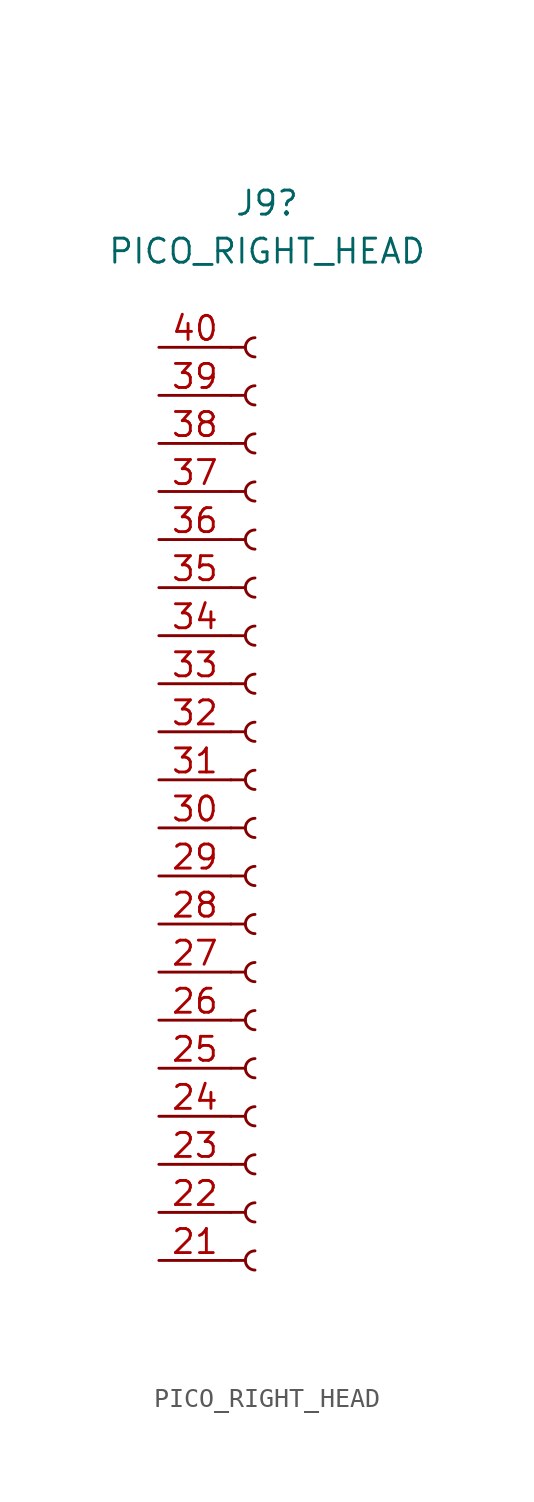
<source format=kicad_sym>
(kicad_symbol_lib
  (version 20211014)
  (generator kicad_symbol_editor)
  (symbol "PICO_RIGHT_HEAD"
    (pin_names
      (offset 1.016) hide)
    (property "Reference" "J9"
      (at 0.635 30.48 0)
      (effects (font (size 1.27 1.27))))
    (property "Value" "PICO_RIGHT_HEAD"
      (at 0.635 27.94 0)
      (effects (font (size 1.27 1.27))))
    (symbol "PICO_RIGHT_HEAD_1_1"
      (arc (start 0 -24.892) (mid -0.508 -25.4) (end 0 -25.908) (stroke (width 0.1524) (type default) (color 0 0 0 0)) (fill (type none)))
      (arc (start 0 -22.352) (mid -0.508 -22.86) (end 0 -23.368) (stroke (width 0.1524) (type default) (color 0 0 0 0)) (fill (type none)))
      (arc (start 0 -19.812) (mid -0.508 -20.32) (end 0 -20.828) (stroke (width 0.1524) (type default) (color 0 0 0 0)) (fill (type none)))
      (arc (start 0 -17.272) (mid -0.508 -17.78) (end 0 -18.288) (stroke (width 0.1524) (type default) (color 0 0 0 0)) (fill (type none)))
      (arc (start 0 -14.732) (mid -0.508 -15.24) (end 0 -15.748) (stroke (width 0.1524) (type default) (color 0 0 0 0)) (fill (type none)))
      (arc (start 0 -12.192) (mid -0.508 -12.7) (end 0 -13.208) (stroke (width 0.1524) (type default) (color 0 0 0 0)) (fill (type none)))
      (arc (start 0 -9.652) (mid -0.508 -10.16) (end 0 -10.668) (stroke (width 0.1524) (type default) (color 0 0 0 0)) (fill (type none)))
      (arc (start 0 -7.112) (mid -0.508 -7.62) (end 0 -8.128) (stroke (width 0.1524) (type default) (color 0 0 0 0)) (fill (type none)))
      (arc (start 0 -4.572) (mid -0.508 -5.08) (end 0 -5.588) (stroke (width 0.1524) (type default) (color 0 0 0 0)) (fill (type none)))
      (arc (start 0 -2.032) (mid -0.508 -2.54) (end 0 -3.048) (stroke (width 0.1524) (type default) (color 0 0 0 0)) (fill (type none)))
      (polyline (pts (xy -1.27 -25.4) (xy -0.508 -25.4)) (stroke (width 0.152) (type default) (color 0 0 0 0)) (fill (type none)))
      (polyline (pts (xy -1.27 -22.86) (xy -0.508 -22.86)) (stroke (width 0.152) (type default) (color 0 0 0 0)) (fill (type none)))
      (polyline (pts (xy -1.27 -20.32) (xy -0.508 -20.32)) (stroke (width 0.152) (type default) (color 0 0 0 0)) (fill (type none)))
      (polyline (pts (xy -1.27 -17.78) (xy -0.508 -17.78)) (stroke (width 0.152) (type default) (color 0 0 0 0)) (fill (type none)))
      (polyline (pts (xy -1.27 -15.24) (xy -0.508 -15.24)) (stroke (width 0.152) (type default) (color 0 0 0 0)) (fill (type none)))
      (polyline (pts (xy -1.27 -12.7) (xy -0.508 -12.7)) (stroke (width 0.152) (type default) (color 0 0 0 0)) (fill (type none)))
      (polyline (pts (xy -1.27 -10.16) (xy -0.508 -10.16)) (stroke (width 0.152) (type default) (color 0 0 0 0)) (fill (type none)))
      (polyline (pts (xy -1.27 -7.62) (xy -0.508 -7.62)) (stroke (width 0.152) (type default) (color 0 0 0 0)) (fill (type none)))
      (polyline (pts (xy -1.27 -5.08) (xy -0.508 -5.08)) (stroke (width 0.152) (type default) (color 0 0 0 0)) (fill (type none)))
      (polyline (pts (xy -1.27 -2.54) (xy -0.508 -2.54)) (stroke (width 0.152) (type default) (color 0 0 0 0)) (fill (type none)))
      (polyline (pts (xy -1.27 0) (xy -0.508 0)) (stroke (width 0.152) (type default) (color 0 0 0 0)) (fill (type none)))
      (polyline (pts (xy -1.27 2.54) (xy -0.508 2.54)) (stroke (width 0.152) (type default) (color 0 0 0 0)) (fill (type none)))
      (polyline (pts (xy -1.27 5.08) (xy -0.508 5.08)) (stroke (width 0.152) (type default) (color 0 0 0 0)) (fill (type none)))
      (polyline (pts (xy -1.27 7.62) (xy -0.508 7.62)) (stroke (width 0.152) (type default) (color 0 0 0 0)) (fill (type none)))
      (polyline (pts (xy -1.27 10.16) (xy -0.508 10.16)) (stroke (width 0.152) (type default) (color 0 0 0 0)) (fill (type none)))
      (polyline (pts (xy -1.27 12.7) (xy -0.508 12.7)) (stroke (width 0.152) (type default) (color 0 0 0 0)) (fill (type none)))
      (polyline (pts (xy -1.27 15.24) (xy -0.508 15.24)) (stroke (width 0.152) (type default) (color 0 0 0 0)) (fill (type none)))
      (polyline (pts (xy -1.27 17.78) (xy -0.508 17.78)) (stroke (width 0.152) (type default) (color 0 0 0 0)) (fill (type none)))
      (polyline (pts (xy -1.27 20.32) (xy -0.508 20.32)) (stroke (width 0.152) (type default) (color 0 0 0 0)) (fill (type none)))
      (polyline (pts (xy -1.27 22.86) (xy -0.508 22.86)) (stroke (width 0.152) (type default) (color 0 0 0 0)) (fill (type none)))
      (arc (start 0 0.508) (mid -0.508 0) (end 0 -0.508) (stroke (width 0.1524) (type default) (color 0 0 0 0)) (fill (type none)))
      (arc (start 0 3.048) (mid -0.508 2.54) (end 0 2.032) (stroke (width 0.1524) (type default) (color 0 0 0 0)) (fill (type none)))
      (arc (start 0 5.588) (mid -0.508 5.08) (end 0 4.572) (stroke (width 0.1524) (type default) (color 0 0 0 0)) (fill (type none)))
      (arc (start 0 8.128) (mid -0.508 7.62) (end 0 7.112) (stroke (width 0.1524) (type default) (color 0 0 0 0)) (fill (type none)))
      (arc (start 0 10.668) (mid -0.508 10.16) (end 0 9.652) (stroke (width 0.1524) (type default) (color 0 0 0 0)) (fill (type none)))
      (arc (start 0 13.208) (mid -0.508 12.7) (end 0 12.192) (stroke (width 0.1524) (type default) (color 0 0 0 0)) (fill (type none)))
      (arc (start 0 15.748) (mid -0.508 15.24) (end 0 14.732) (stroke (width 0.1524) (type default) (color 0 0 0 0)) (fill (type none)))
      (arc (start 0 18.288) (mid -0.508 17.78) (end 0 17.272) (stroke (width 0.1524) (type default) (color 0 0 0 0)) (fill (type none)))
      (arc (start 0 20.828) (mid -0.508 20.32) (end 0 19.812) (stroke (width 0.1524) (type default) (color 0 0 0 0)) (fill (type none)))
      (arc (start 0 23.368) (mid -0.508 22.86) (end 0 22.352) (stroke (width 0.1524) (type default) (color 0 0 0 0)) (fill (type none)))
      (pin passive line (at -5.08 -25.4 0) (length 3.81) (name "Pin_20" (effects (font (size 1.27 1.27)))) (number "21" (effects (font (size 1.27 1.27)))))
      (pin passive line (at -5.08 -22.86 0) (length 3.81) (name "Pin_19" (effects (font (size 1.27 1.27)))) (number "22" (effects (font (size 1.27 1.27)))))
      (pin passive line (at -5.08 -20.32 0) (length 3.81) (name "Pin_18" (effects (font (size 1.27 1.27)))) (number "23" (effects (font (size 1.27 1.27)))))
      (pin passive line (at -5.08 -17.78 0) (length 3.81) (name "Pin_17" (effects (font (size 1.27 1.27)))) (number "24" (effects (font (size 1.27 1.27)))))
      (pin passive line (at -5.08 -15.24 0) (length 3.81) (name "Pin_16" (effects (font (size 1.27 1.27)))) (number "25" (effects (font (size 1.27 1.27)))))
      (pin passive line (at -5.08 -12.7 0) (length 3.81) (name "Pin_15" (effects (font (size 1.27 1.27)))) (number "26" (effects (font (size 1.27 1.27)))))
      (pin passive line (at -5.08 -10.16 0) (length 3.81) (name "Pin_14" (effects (font (size 1.27 1.27)))) (number "27" (effects (font (size 1.27 1.27)))))
      (pin passive line (at -5.08 -7.62 0) (length 3.81) (name "Pin_13" (effects (font (size 1.27 1.27)))) (number "28" (effects (font (size 1.27 1.27)))))
      (pin passive line (at -5.08 -5.08 0) (length 3.81) (name "Pin_12" (effects (font (size 1.27 1.27)))) (number "29" (effects (font (size 1.27 1.27)))))
      (pin passive line (at -5.08 -2.54 0) (length 3.81) (name "Pin_11" (effects (font (size 1.27 1.27)))) (number "30" (effects (font (size 1.27 1.27)))))
      (pin passive line (at -5.08 0 0) (length 3.81) (name "Pin_10" (effects (font (size 1.27 1.27)))) (number "31" (effects (font (size 1.27 1.27)))))
      (pin passive line (at -5.08 2.54 0) (length 3.81) (name "Pin_9" (effects (font (size 1.27 1.27)))) (number "32" (effects (font (size 1.27 1.27)))))
      (pin passive line (at -5.08 5.08 0) (length 3.81) (name "Pin_8" (effects (font (size 1.27 1.27)))) (number "33" (effects (font (size 1.27 1.27)))))
      (pin passive line (at -5.08 7.62 0) (length 3.81) (name "Pin_7" (effects (font (size 1.27 1.27)))) (number "34" (effects (font (size 1.27 1.27)))))
      (pin passive line (at -5.08 10.16 0) (length 3.81) (name "Pin_6" (effects (font (size 1.27 1.27)))) (number "35" (effects (font (size 1.27 1.27)))))
      (pin passive line (at -5.08 12.7 0) (length 3.81) (name "Pin_5" (effects (font (size 1.27 1.27)))) (number "36" (effects (font (size 1.27 1.27)))))
      (pin passive line (at -5.08 15.24 0) (length 3.81) (name "Pin_4" (effects (font (size 1.27 1.27)))) (number "37" (effects (font (size 1.27 1.27)))))
      (pin passive line (at -5.08 17.78 0) (length 3.81) (name "Pin_3" (effects (font (size 1.27 1.27)))) (number "38" (effects (font (size 1.27 1.27)))))
      (pin passive line (at -5.08 20.32 0) (length 3.81) (name "Pin_2" (effects (font (size 1.27 1.27)))) (number "39" (effects (font (size 1.27 1.27)))))
      (pin passive line (at -5.08 22.86 0) (length 3.81) (name "Pin_1" (effects (font (size 1.27 1.27)))) (number "40" (effects (font (size 1.27 1.27))))))))
</source>
